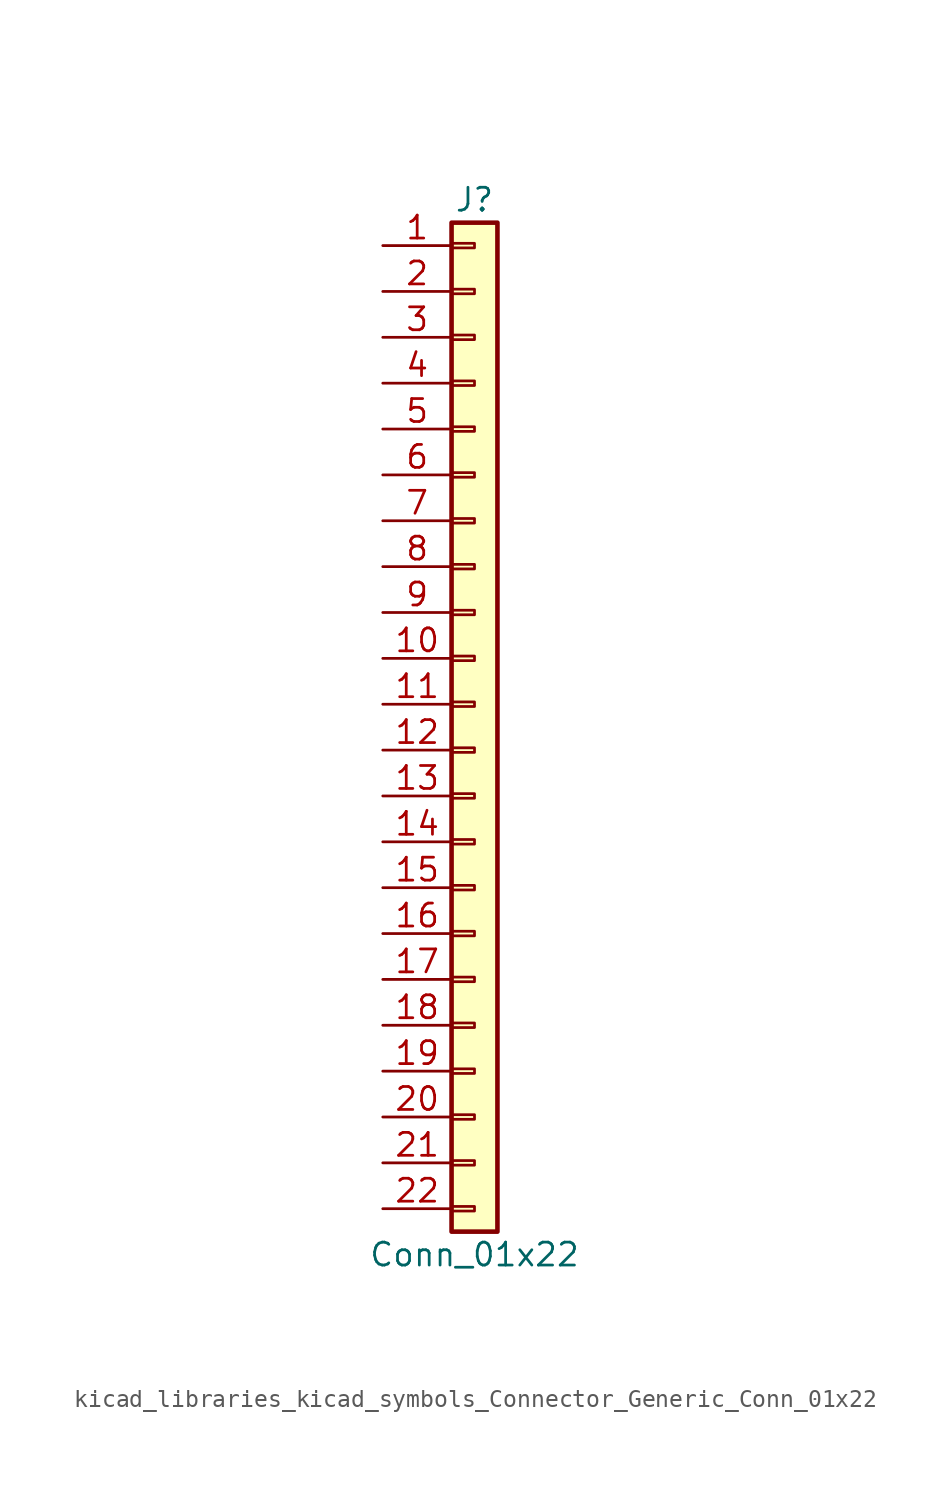
<source format=kicad_sym>
(kicad_symbol_lib
  (version 20220914)
  (generator kicad_symbol_editor)
  (symbol "kicad_libraries_kicad_symbols_Connector_Generic_Conn_01x22"
    (pin_names
      (offset 1.016) hide)
    (property "Reference" "J"
      (at 0 27.94 0)
      (effects (font (size 1.27 1.27))))
    (property "Value" "Conn_01x22"
      (at 0 -30.48 0)
      (effects (font (size 1.27 1.27))))
    (symbol "kicad_libraries_kicad_symbols_Connector_Generic_Conn_01x22_1_1"
      (rectangle (start -1.27 -27.813) (end 0 -28.067) (stroke (width 0.152) (type default)) (fill (type none)))
      (rectangle (start -1.27 -25.273) (end 0 -25.527) (stroke (width 0.152) (type default)) (fill (type none)))
      (rectangle (start -1.27 -22.733) (end 0 -22.987) (stroke (width 0.152) (type default)) (fill (type none)))
      (rectangle (start -1.27 -20.193) (end 0 -20.447) (stroke (width 0.152) (type default)) (fill (type none)))
      (rectangle (start -1.27 -17.653) (end 0 -17.907) (stroke (width 0.152) (type default)) (fill (type none)))
      (rectangle (start -1.27 -15.113) (end 0 -15.367) (stroke (width 0.152) (type default)) (fill (type none)))
      (rectangle (start -1.27 -12.573) (end 0 -12.827) (stroke (width 0.152) (type default)) (fill (type none)))
      (rectangle (start -1.27 -10.033) (end 0 -10.287) (stroke (width 0.152) (type default)) (fill (type none)))
      (rectangle (start -1.27 -7.493) (end 0 -7.747) (stroke (width 0.152) (type default)) (fill (type none)))
      (rectangle (start -1.27 -4.953) (end 0 -5.207) (stroke (width 0.152) (type default)) (fill (type none)))
      (rectangle (start -1.27 -2.413) (end 0 -2.667) (stroke (width 0.152) (type default)) (fill (type none)))
      (rectangle (start -1.27 0.127) (end 0 -0.127) (stroke (width 0.152) (type default)) (fill (type none)))
      (rectangle (start -1.27 2.667) (end 0 2.413) (stroke (width 0.152) (type default)) (fill (type none)))
      (rectangle (start -1.27 5.207) (end 0 4.953) (stroke (width 0.152) (type default)) (fill (type none)))
      (rectangle (start -1.27 7.747) (end 0 7.493) (stroke (width 0.152) (type default)) (fill (type none)))
      (rectangle (start -1.27 10.287) (end 0 10.033) (stroke (width 0.152) (type default)) (fill (type none)))
      (rectangle (start -1.27 12.827) (end 0 12.573) (stroke (width 0.152) (type default)) (fill (type none)))
      (rectangle (start -1.27 15.367) (end 0 15.113) (stroke (width 0.152) (type default)) (fill (type none)))
      (rectangle (start -1.27 17.907) (end 0 17.653) (stroke (width 0.152) (type default)) (fill (type none)))
      (rectangle (start -1.27 20.447) (end 0 20.193) (stroke (width 0.152) (type default)) (fill (type none)))
      (rectangle (start -1.27 22.987) (end 0 22.733) (stroke (width 0.152) (type default)) (fill (type none)))
      (rectangle (start -1.27 25.527) (end 0 25.273) (stroke (width 0.152) (type default)) (fill (type none)))
      (rectangle (start -1.27 26.67) (end 1.27 -29.21) (stroke (width 0.254) (type default)) (fill (type background)))
      (pin passive line (at -5.08 25.4 0) (length 3.81) (name "Pin_1" (effects (font (size 1.27 1.27)))) (number "1" (effects (font (size 1.27 1.27)))))
      (pin passive line (at -5.08 2.54 0) (length 3.81) (name "Pin_10" (effects (font (size 1.27 1.27)))) (number "10" (effects (font (size 1.27 1.27)))))
      (pin passive line (at -5.08 0 0) (length 3.81) (name "Pin_11" (effects (font (size 1.27 1.27)))) (number "11" (effects (font (size 1.27 1.27)))))
      (pin passive line (at -5.08 -2.54 0) (length 3.81) (name "Pin_12" (effects (font (size 1.27 1.27)))) (number "12" (effects (font (size 1.27 1.27)))))
      (pin passive line (at -5.08 -5.08 0) (length 3.81) (name "Pin_13" (effects (font (size 1.27 1.27)))) (number "13" (effects (font (size 1.27 1.27)))))
      (pin passive line (at -5.08 -7.62 0) (length 3.81) (name "Pin_14" (effects (font (size 1.27 1.27)))) (number "14" (effects (font (size 1.27 1.27)))))
      (pin passive line (at -5.08 -10.16 0) (length 3.81) (name "Pin_15" (effects (font (size 1.27 1.27)))) (number "15" (effects (font (size 1.27 1.27)))))
      (pin passive line (at -5.08 -12.7 0) (length 3.81) (name "Pin_16" (effects (font (size 1.27 1.27)))) (number "16" (effects (font (size 1.27 1.27)))))
      (pin passive line (at -5.08 -15.24 0) (length 3.81) (name "Pin_17" (effects (font (size 1.27 1.27)))) (number "17" (effects (font (size 1.27 1.27)))))
      (pin passive line (at -5.08 -17.78 0) (length 3.81) (name "Pin_18" (effects (font (size 1.27 1.27)))) (number "18" (effects (font (size 1.27 1.27)))))
      (pin passive line (at -5.08 -20.32 0) (length 3.81) (name "Pin_19" (effects (font (size 1.27 1.27)))) (number "19" (effects (font (size 1.27 1.27)))))
      (pin passive line (at -5.08 22.86 0) (length 3.81) (name "Pin_2" (effects (font (size 1.27 1.27)))) (number "2" (effects (font (size 1.27 1.27)))))
      (pin passive line (at -5.08 -22.86 0) (length 3.81) (name "Pin_20" (effects (font (size 1.27 1.27)))) (number "20" (effects (font (size 1.27 1.27)))))
      (pin passive line (at -5.08 -25.4 0) (length 3.81) (name "Pin_21" (effects (font (size 1.27 1.27)))) (number "21" (effects (font (size 1.27 1.27)))))
      (pin passive line (at -5.08 -27.94 0) (length 3.81) (name "Pin_22" (effects (font (size 1.27 1.27)))) (number "22" (effects (font (size 1.27 1.27)))))
      (pin passive line (at -5.08 20.32 0) (length 3.81) (name "Pin_3" (effects (font (size 1.27 1.27)))) (number "3" (effects (font (size 1.27 1.27)))))
      (pin passive line (at -5.08 17.78 0) (length 3.81) (name "Pin_4" (effects (font (size 1.27 1.27)))) (number "4" (effects (font (size 1.27 1.27)))))
      (pin passive line (at -5.08 15.24 0) (length 3.81) (name "Pin_5" (effects (font (size 1.27 1.27)))) (number "5" (effects (font (size 1.27 1.27)))))
      (pin passive line (at -5.08 12.7 0) (length 3.81) (name "Pin_6" (effects (font (size 1.27 1.27)))) (number "6" (effects (font (size 1.27 1.27)))))
      (pin passive line (at -5.08 10.16 0) (length 3.81) (name "Pin_7" (effects (font (size 1.27 1.27)))) (number "7" (effects (font (size 1.27 1.27)))))
      (pin passive line (at -5.08 7.62 0) (length 3.81) (name "Pin_8" (effects (font (size 1.27 1.27)))) (number "8" (effects (font (size 1.27 1.27)))))
      (pin passive line (at -5.08 5.08 0) (length 3.81) (name "Pin_9" (effects (font (size 1.27 1.27)))) (number "9" (effects (font (size 1.27 1.27))))))))
</source>
